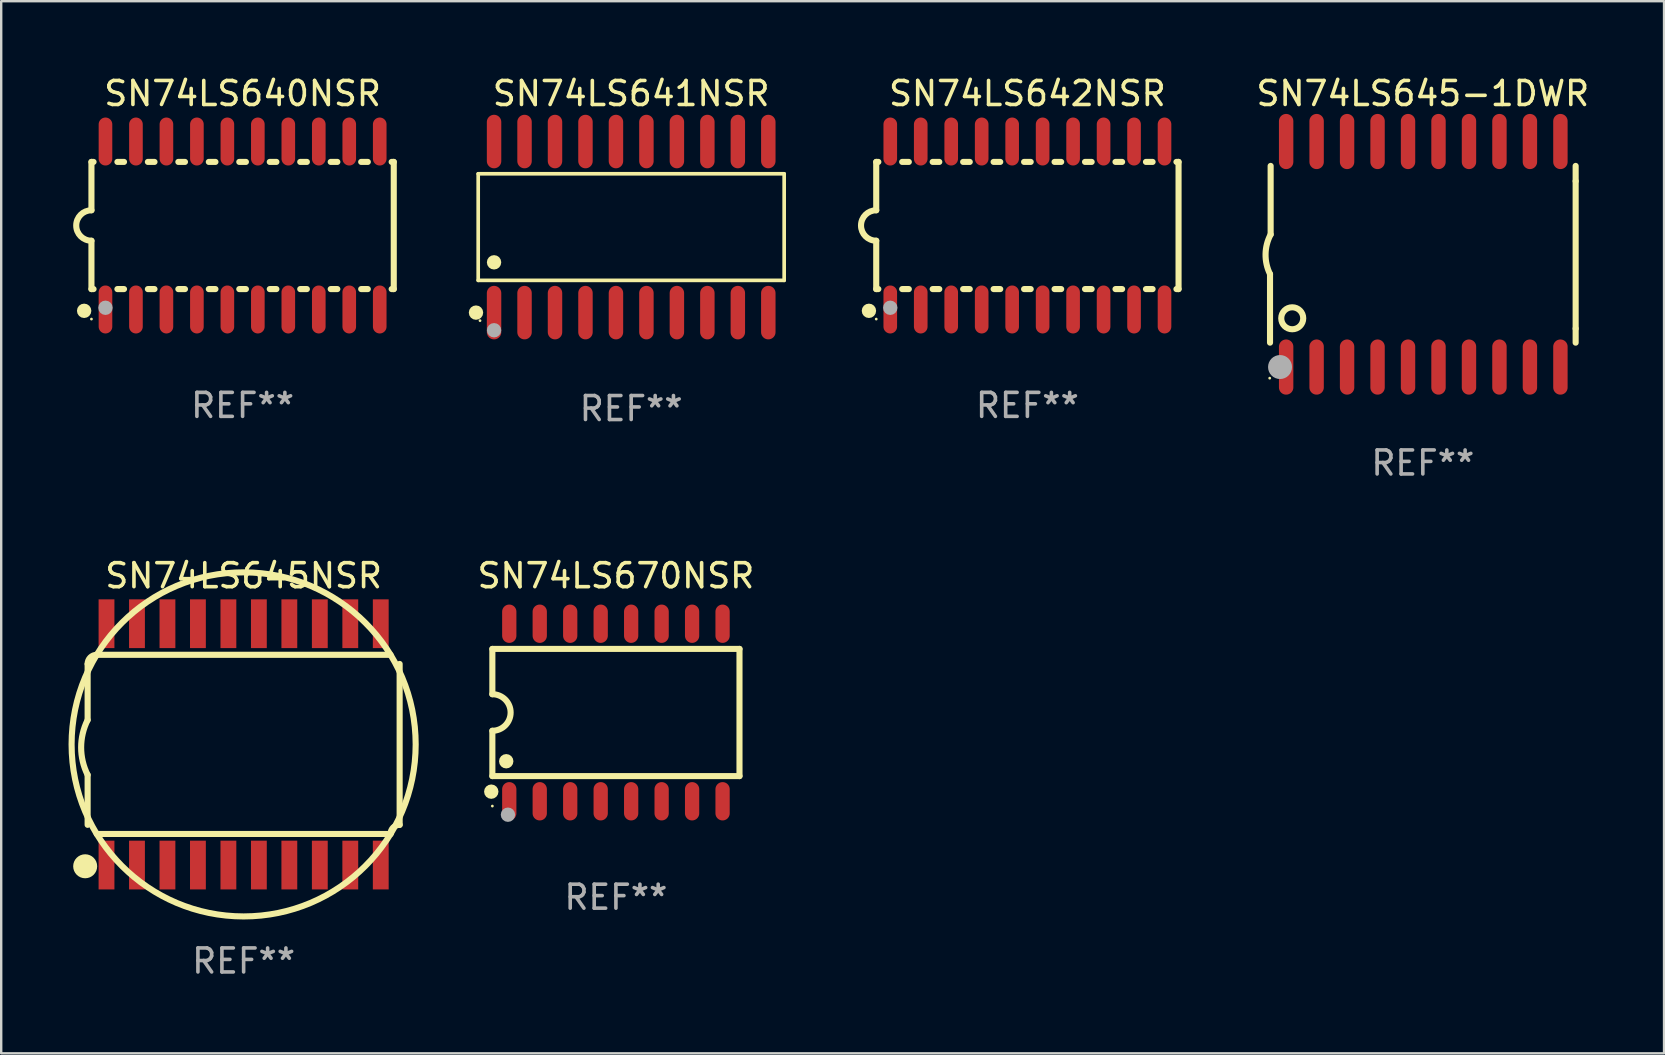
<source format=kicad_pcb>
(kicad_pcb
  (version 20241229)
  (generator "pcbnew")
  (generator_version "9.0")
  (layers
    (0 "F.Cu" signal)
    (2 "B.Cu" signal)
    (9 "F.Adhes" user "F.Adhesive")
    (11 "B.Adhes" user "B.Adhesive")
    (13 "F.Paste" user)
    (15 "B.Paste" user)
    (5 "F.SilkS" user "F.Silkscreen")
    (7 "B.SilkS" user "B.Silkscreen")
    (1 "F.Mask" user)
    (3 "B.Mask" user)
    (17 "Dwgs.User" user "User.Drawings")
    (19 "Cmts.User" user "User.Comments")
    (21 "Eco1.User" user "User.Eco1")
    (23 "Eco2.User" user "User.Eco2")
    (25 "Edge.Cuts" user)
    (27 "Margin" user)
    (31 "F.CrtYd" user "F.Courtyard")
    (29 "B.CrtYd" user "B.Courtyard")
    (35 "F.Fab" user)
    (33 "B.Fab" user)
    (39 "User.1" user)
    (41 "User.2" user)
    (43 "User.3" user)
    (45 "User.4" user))
  (footprint "SN74LS640NSR"
    (layer "F.Cu")
    (at 7.061 6.348)
    (property "Reference" "SN74LS640NSR" (at 0 -5.5 0) (layer "F.SilkS") (effects (font (size 1 1) (thickness 0.15))))
    (attr through_hole)
    (fp_line (start -6.3 -2.65) (end -6.3 -0.635) (stroke (width 0.254) (type solid)) (layer "F.SilkS"))
    (fp_line (start -6.3 -2.65) (end -6.212 -2.65) (stroke (width 0.254) (type solid)) (layer "F.SilkS"))
    (fp_line (start -6.3 2.65) (end -6.3 0.635) (stroke (width 0.254) (type solid)) (layer "F.SilkS"))
    (fp_line (start -6.3 2.65) (end -6.212 2.65) (stroke (width 0.254) (type solid)) (layer "F.SilkS"))
    (fp_line (start -5.218 -2.65) (end -4.942 -2.65) (stroke (width 0.254) (type solid)) (layer "F.SilkS"))
    (fp_line (start -5.218 2.65) (end -4.942 2.65) (stroke (width 0.254) (type solid)) (layer "F.SilkS"))
    (fp_line (start -3.948 -2.65) (end -3.672 -2.65) (stroke (width 0.254) (type solid)) (layer "F.SilkS"))
    (fp_line (start -3.948 2.65) (end -3.672 2.65) (stroke (width 0.254) (type solid)) (layer "F.SilkS"))
    (fp_line (start -2.678 -2.65) (end -2.402 -2.65) (stroke (width 0.254) (type solid)) (layer "F.SilkS"))
    (fp_line (start -2.678 2.65) (end -2.402 2.65) (stroke (width 0.254) (type solid)) (layer "F.SilkS"))
    (fp_line (start -1.408 -2.65) (end -1.132 -2.65) (stroke (width 0.254) (type solid)) (layer "F.SilkS"))
    (fp_line (start -1.408 2.65) (end -1.132 2.65) (stroke (width 0.254) (type solid)) (layer "F.SilkS"))
    (fp_line (start -0.138 -2.65) (end 0.138 -2.65) (stroke (width 0.254) (type solid)) (layer "F.SilkS"))
    (fp_line (start -0.138 2.65) (end 0.138 2.65) (stroke (width 0.254) (type solid)) (layer "F.SilkS"))
    (fp_line (start 1.132 -2.65) (end 1.408 -2.65) (stroke (width 0.254) (type solid)) (layer "F.SilkS"))
    (fp_line (start 1.132 2.65) (end 1.408 2.65) (stroke (width 0.254) (type solid)) (layer "F.SilkS"))
    (fp_line (start 2.402 -2.65) (end 2.678 -2.65) (stroke (width 0.254) (type solid)) (layer "F.SilkS"))
    (fp_line (start 2.402 2.65) (end 2.678 2.65) (stroke (width 0.254) (type solid)) (layer "F.SilkS"))
    (fp_line (start 3.672 -2.65) (end 3.948 -2.65) (stroke (width 0.254) (type solid)) (layer "F.SilkS"))
    (fp_line (start 3.672 2.65) (end 3.948 2.65) (stroke (width 0.254) (type solid)) (layer "F.SilkS"))
    (fp_line (start 4.942 -2.65) (end 5.218 -2.65) (stroke (width 0.254) (type solid)) (layer "F.SilkS"))
    (fp_line (start 4.942 2.65) (end 5.218 2.65) (stroke (width 0.254) (type solid)) (layer "F.SilkS"))
    (fp_line (start 6.212 -2.65) (end 6.3 -2.65) (stroke (width 0.254) (type solid)) (layer "F.SilkS"))
    (fp_line (start 6.212 2.65) (end 6.3 2.65) (stroke (width 0.254) (type solid)) (layer "F.SilkS"))
    (fp_line (start 6.3 -2.65) (end 6.3 2.65) (stroke (width 0.254) (type solid)) (layer "F.SilkS"))
    (fp_arc (start -6.299975 0.634874) (mid -6.933579 0.000127) (end -6.299213 -0.633858) (stroke (width 0.254001) (type solid)) (layer "F.SilkS"))
    (fp_circle (center -6.604 3.556) (end -6.454 3.556) (stroke (width 0.3) (type solid)) (fill no) (layer "F.SilkS"))
    (fp_circle (center -6.3 3.9) (end -6.27 3.9) (stroke (width 0.06) (type solid)) (fill no) (layer "F.SilkS"))
    (fp_circle (center -5.715 3.429) (end -5.565 3.429) (stroke (width 0.3) (type solid)) (fill no) (layer "F.Fab"))
    (fp_text user "REF**" (at 0 7.5 0) (layer "F.Fab") (effects (font (size 1 1) (thickness 0.15))))
    (pad "1" smd oval (at -5.715 3.5) (size 0.568 2) (layers "F.Cu" "F.Mask" "F.Paste"))
    (pad "2" smd oval (at -4.445 3.5) (size 0.568 2) (layers "F.Cu" "F.Mask" "F.Paste"))
    (pad "3" smd oval (at -3.175 3.5) (size 0.568 2) (layers "F.Cu" "F.Mask" "F.Paste"))
    (pad "4" smd oval (at -1.905 3.5) (size 0.568 2) (layers "F.Cu" "F.Mask" "F.Paste"))
    (pad "5" smd oval (at -0.635 3.5) (size 0.568 2) (layers "F.Cu" "F.Mask" "F.Paste"))
    (pad "6" smd oval (at 0.635 3.5) (size 0.568 2) (layers "F.Cu" "F.Mask" "F.Paste"))
    (pad "7" smd oval (at 1.905 3.5) (size 0.568 2) (layers "F.Cu" "F.Mask" "F.Paste"))
    (pad "8" smd oval (at 3.175 3.5) (size 0.568 2) (layers "F.Cu" "F.Mask" "F.Paste"))
    (pad "9" smd oval (at 4.445 3.5) (size 0.568 2) (layers "F.Cu" "F.Mask" "F.Paste"))
    (pad "10" smd oval (at 5.715 3.5) (size 0.568 2) (layers "F.Cu" "F.Mask" "F.Paste"))
    (pad "11" smd oval (at 5.715 -3.5) (size 0.568 2) (layers "F.Cu" "F.Mask" "F.Paste"))
    (pad "12" smd oval (at 4.445 -3.5) (size 0.568 2) (layers "F.Cu" "F.Mask" "F.Paste"))
    (pad "13" smd oval (at 3.175 -3.5) (size 0.568 2) (layers "F.Cu" "F.Mask" "F.Paste"))
    (pad "14" smd oval (at 1.905 -3.5) (size 0.568 2) (layers "F.Cu" "F.Mask" "F.Paste"))
    (pad "15" smd oval (at 0.635 -3.5) (size 0.568 2) (layers "F.Cu" "F.Mask" "F.Paste"))
    (pad "16" smd oval (at -0.635 -3.5) (size 0.568 2) (layers "F.Cu" "F.Mask" "F.Paste"))
    (pad "17" smd oval (at -1.905 -3.5) (size 0.568 2) (layers "F.Cu" "F.Mask" "F.Paste"))
    (pad "18" smd oval (at -3.175 -3.5) (size 0.568 2) (layers "F.Cu" "F.Mask" "F.Paste"))
    (pad "19" smd oval (at -4.445 -3.5) (size 0.568 2) (layers "F.Cu" "F.Mask" "F.Paste"))
    (pad "20" smd oval (at -5.715 -3.5) (size 0.568 2) (layers "F.Cu" "F.Mask" "F.Paste")))
  (footprint "SN74LS642NSR"
    (layer "F.Cu")
    (at 39.769 6.348)
    (property "Reference" "SN74LS642NSR" (at 0 -5.5 0) (layer "F.SilkS") (effects (font (size 1 1) (thickness 0.15))))
    (attr through_hole)
    (fp_line (start -6.3 -2.65) (end -6.3 -0.635) (stroke (width 0.254) (type solid)) (layer "F.SilkS"))
    (fp_line (start -6.3 -2.65) (end -6.212 -2.65) (stroke (width 0.254) (type solid)) (layer "F.SilkS"))
    (fp_line (start -6.3 2.65) (end -6.3 0.635) (stroke (width 0.254) (type solid)) (layer "F.SilkS"))
    (fp_line (start -6.3 2.65) (end -6.212 2.65) (stroke (width 0.254) (type solid)) (layer "F.SilkS"))
    (fp_line (start -5.218 -2.65) (end -4.942 -2.65) (stroke (width 0.254) (type solid)) (layer "F.SilkS"))
    (fp_line (start -5.218 2.65) (end -4.942 2.65) (stroke (width 0.254) (type solid)) (layer "F.SilkS"))
    (fp_line (start -3.948 -2.65) (end -3.672 -2.65) (stroke (width 0.254) (type solid)) (layer "F.SilkS"))
    (fp_line (start -3.948 2.65) (end -3.672 2.65) (stroke (width 0.254) (type solid)) (layer "F.SilkS"))
    (fp_line (start -2.678 -2.65) (end -2.402 -2.65) (stroke (width 0.254) (type solid)) (layer "F.SilkS"))
    (fp_line (start -2.678 2.65) (end -2.402 2.65) (stroke (width 0.254) (type solid)) (layer "F.SilkS"))
    (fp_line (start -1.408 -2.65) (end -1.132 -2.65) (stroke (width 0.254) (type solid)) (layer "F.SilkS"))
    (fp_line (start -1.408 2.65) (end -1.132 2.65) (stroke (width 0.254) (type solid)) (layer "F.SilkS"))
    (fp_line (start -0.138 -2.65) (end 0.138 -2.65) (stroke (width 0.254) (type solid)) (layer "F.SilkS"))
    (fp_line (start -0.138 2.65) (end 0.138 2.65) (stroke (width 0.254) (type solid)) (layer "F.SilkS"))
    (fp_line (start 1.132 -2.65) (end 1.408 -2.65) (stroke (width 0.254) (type solid)) (layer "F.SilkS"))
    (fp_line (start 1.132 2.65) (end 1.408 2.65) (stroke (width 0.254) (type solid)) (layer "F.SilkS"))
    (fp_line (start 2.402 -2.65) (end 2.678 -2.65) (stroke (width 0.254) (type solid)) (layer "F.SilkS"))
    (fp_line (start 2.402 2.65) (end 2.678 2.65) (stroke (width 0.254) (type solid)) (layer "F.SilkS"))
    (fp_line (start 3.672 -2.65) (end 3.948 -2.65) (stroke (width 0.254) (type solid)) (layer "F.SilkS"))
    (fp_line (start 3.672 2.65) (end 3.948 2.65) (stroke (width 0.254) (type solid)) (layer "F.SilkS"))
    (fp_line (start 4.942 -2.65) (end 5.218 -2.65) (stroke (width 0.254) (type solid)) (layer "F.SilkS"))
    (fp_line (start 4.942 2.65) (end 5.218 2.65) (stroke (width 0.254) (type solid)) (layer "F.SilkS"))
    (fp_line (start 6.212 -2.65) (end 6.3 -2.65) (stroke (width 0.254) (type solid)) (layer "F.SilkS"))
    (fp_line (start 6.212 2.65) (end 6.3 2.65) (stroke (width 0.254) (type solid)) (layer "F.SilkS"))
    (fp_line (start 6.3 -2.65) (end 6.3 2.65) (stroke (width 0.254) (type solid)) (layer "F.SilkS"))
    (fp_arc (start -6.299975 0.634874) (mid -6.933579 0.000127) (end -6.299213 -0.633858) (stroke (width 0.254001) (type solid)) (layer "F.SilkS"))
    (fp_circle (center -6.604 3.556) (end -6.454 3.556) (stroke (width 0.3) (type solid)) (fill no) (layer "F.SilkS"))
    (fp_circle (center -6.3 3.9) (end -6.27 3.9) (stroke (width 0.06) (type solid)) (fill no) (layer "F.SilkS"))
    (fp_circle (center -5.715 3.429) (end -5.565 3.429) (stroke (width 0.3) (type solid)) (fill no) (layer "F.Fab"))
    (fp_text user "REF**" (at 0 7.5 0) (layer "F.Fab") (effects (font (size 1 1) (thickness 0.15))))
    (pad "1" smd oval (at -5.715 3.5) (size 0.568 2) (layers "F.Cu" "F.Mask" "F.Paste"))
    (pad "2" smd oval (at -4.445 3.5) (size 0.568 2) (layers "F.Cu" "F.Mask" "F.Paste"))
    (pad "3" smd oval (at -3.175 3.5) (size 0.568 2) (layers "F.Cu" "F.Mask" "F.Paste"))
    (pad "4" smd oval (at -1.905 3.5) (size 0.568 2) (layers "F.Cu" "F.Mask" "F.Paste"))
    (pad "5" smd oval (at -0.635 3.5) (size 0.568 2) (layers "F.Cu" "F.Mask" "F.Paste"))
    (pad "6" smd oval (at 0.635 3.5) (size 0.568 2) (layers "F.Cu" "F.Mask" "F.Paste"))
    (pad "7" smd oval (at 1.905 3.5) (size 0.568 2) (layers "F.Cu" "F.Mask" "F.Paste"))
    (pad "8" smd oval (at 3.175 3.5) (size 0.568 2) (layers "F.Cu" "F.Mask" "F.Paste"))
    (pad "9" smd oval (at 4.445 3.5) (size 0.568 2) (layers "F.Cu" "F.Mask" "F.Paste"))
    (pad "10" smd oval (at 5.715 3.5) (size 0.568 2) (layers "F.Cu" "F.Mask" "F.Paste"))
    (pad "11" smd oval (at 5.715 -3.5) (size 0.568 2) (layers "F.Cu" "F.Mask" "F.Paste"))
    (pad "12" smd oval (at 4.445 -3.5) (size 0.568 2) (layers "F.Cu" "F.Mask" "F.Paste"))
    (pad "13" smd oval (at 3.175 -3.5) (size 0.568 2) (layers "F.Cu" "F.Mask" "F.Paste"))
    (pad "14" smd oval (at 1.905 -3.5) (size 0.568 2) (layers "F.Cu" "F.Mask" "F.Paste"))
    (pad "15" smd oval (at 0.635 -3.5) (size 0.568 2) (layers "F.Cu" "F.Mask" "F.Paste"))
    (pad "16" smd oval (at -0.635 -3.5) (size 0.568 2) (layers "F.Cu" "F.Mask" "F.Paste"))
    (pad "17" smd oval (at -1.905 -3.5) (size 0.568 2) (layers "F.Cu" "F.Mask" "F.Paste"))
    (pad "18" smd oval (at -3.175 -3.5) (size 0.568 2) (layers "F.Cu" "F.Mask" "F.Paste"))
    (pad "19" smd oval (at -4.445 -3.5) (size 0.568 2) (layers "F.Cu" "F.Mask" "F.Paste"))
    (pad "20" smd oval (at -5.715 -3.5) (size 0.568 2) (layers "F.Cu" "F.Mask" "F.Paste")))
  (footprint "SN74LS670NSR"
    (layer "F.Cu")
    (at 22.62 26.645)
    (property "Reference" "SN74LS670NSR" (at 0 -5.7 0) (layer "F.SilkS") (effects (font (size 1 1) (thickness 0.15))))
    (attr through_hole)
    (fp_line (start -5.15 -2.65) (end -5.15 -0.762) (stroke (width 0.254) (type solid)) (layer "F.SilkS"))
    (fp_line (start -5.15 -2.65) (end 5.15 -2.65) (stroke (width 0.254) (type solid)) (layer "F.SilkS"))
    (fp_line (start -5.15 2.65) (end -5.15 0.762) (stroke (width 0.254) (type solid)) (layer "F.SilkS"))
    (fp_line (start 5.15 -2.65) (end 5.15 2.65) (stroke (width 0.254) (type solid)) (layer "F.SilkS"))
    (fp_line (start 5.15 2.65) (end -5.15 2.65) (stroke (width 0.254) (type solid)) (layer "F.SilkS"))
    (fp_arc (start -5.151131 -0.762003) (mid -4.389128 -0.000559) (end -5.150013 0.762002) (stroke (width 0.254001) (type solid)) (layer "F.SilkS"))
    (fp_circle (center -5.195 3.299) (end -5.045 3.299) (stroke (width 0.3) (type solid)) (fill no) (layer "F.SilkS"))
    (fp_circle (center -5.15 3.9) (end -5.12 3.9) (stroke (width 0.06) (type solid)) (fill no) (layer "F.SilkS"))
    (fp_circle (center -4.572 2.032) (end -4.422 2.032) (stroke (width 0.3) (type solid)) (fill no) (layer "F.SilkS"))
    (fp_circle (center -4.5 4.26) (end -4.35 4.26) (stroke (width 0.3) (type solid)) (fill no) (layer "F.Fab"))
    (fp_text user "REF**" (at 0 7.7 0) (layer "F.Fab") (effects (font (size 1 1) (thickness 0.15))))
    (pad "1" smd oval (at -4.445 3.7) (size 0.595 1.598) (layers "F.Cu" "F.Mask" "F.Paste"))
    (pad "2" smd oval (at -3.175 3.7) (size 0.595 1.598) (layers "F.Cu" "F.Mask" "F.Paste"))
    (pad "3" smd oval (at -1.905 3.7) (size 0.595 1.598) (layers "F.Cu" "F.Mask" "F.Paste"))
    (pad "4" smd oval (at -0.635 3.7) (size 0.595 1.598) (layers "F.Cu" "F.Mask" "F.Paste"))
    (pad "5" smd oval (at 0.635 3.7) (size 0.595 1.598) (layers "F.Cu" "F.Mask" "F.Paste"))
    (pad "6" smd oval (at 1.905 3.7) (size 0.595 1.598) (layers "F.Cu" "F.Mask" "F.Paste"))
    (pad "7" smd oval (at 3.175 3.7) (size 0.595 1.598) (layers "F.Cu" "F.Mask" "F.Paste"))
    (pad "8" smd oval (at 4.445 3.7) (size 0.595 1.598) (layers "F.Cu" "F.Mask" "F.Paste"))
    (pad "9" smd oval (at 4.445 -3.7) (size 0.595 1.598) (layers "F.Cu" "F.Mask" "F.Paste"))
    (pad "10" smd oval (at 3.175 -3.7) (size 0.595 1.598) (layers "F.Cu" "F.Mask" "F.Paste"))
    (pad "11" smd oval (at 1.905 -3.7) (size 0.595 1.598) (layers "F.Cu" "F.Mask" "F.Paste"))
    (pad "12" smd oval (at 0.635 -3.7) (size 0.595 1.598) (layers "F.Cu" "F.Mask" "F.Paste"))
    (pad "13" smd oval (at -0.635 -3.7) (size 0.595 1.598) (layers "F.Cu" "F.Mask" "F.Paste"))
    (pad "14" smd oval (at -1.905 -3.7) (size 0.595 1.598) (layers "F.Cu" "F.Mask" "F.Paste"))
    (pad "15" smd oval (at -3.175 -3.7) (size 0.595 1.598) (layers "F.Cu" "F.Mask" "F.Paste"))
    (pad "16" smd oval (at -4.445 -3.7) (size 0.595 1.598) (layers "F.Cu" "F.Mask" "F.Paste")))
  (footprint "SN74LS645NSR"
    (layer "F.Cu")
    (at 7.104 27.974)
    (property "Reference" "SN74LS645NSR" (at 0 -7.029 0) (layer "F.SilkS") (effects (font (size 1 1) (thickness 0.15))))
    (attr through_hole)
    (fp_line (start -6.502 -3.353) (end -6.502 -1.016) (stroke (width 0.254) (type solid)) (layer "F.SilkS"))
    (fp_line (start -6.502 3.353) (end -6.502 1.27) (stroke (width 0.254) (type solid)) (layer "F.SilkS"))
    (fp_line (start -6.121 3.734) (end 6.121 3.734) (stroke (width 0.254) (type solid)) (layer "F.SilkS"))
    (fp_line (start 6.121 -3.734) (end -6.121 -3.734) (stroke (width 0.254) (type solid)) (layer "F.SilkS"))
    (fp_line (start 6.502 3.353) (end 6.502 -3.353) (stroke (width 0.254) (type solid)) (layer "F.SilkS"))
    (fp_arc (start -6.502413 -3.352781) (mid -6.390821 -3.622189) (end -6.121413 -3.733782) (stroke (width 0.254001) (type solid)) (layer "F.SilkS"))
    (fp_arc (start -6.502413 1.270003) (mid -6.77224 0.127) (end -6.502413 -1.016002) (stroke (width 0.254001) (type solid)) (layer "F.SilkS"))
    (fp_arc (start 6.121387 -3.733782) (mid -6.121409 3.733804) (end 6.121387 -3.733782) (stroke (width 0.254001) (type solid)) (layer "F.SilkS"))
    (fp_arc (start 6.121387 3.733807) (mid 6.23298 3.464399) (end 6.502388 3.352807) (stroke (width 0.254001) (type solid)) (layer "F.SilkS"))
    (fp_circle (center -6.604 5.08) (end -6.354 5.08) (stroke (width 0.5) (type solid)) (fill no) (layer "F.SilkS"))
    (fp_circle (center -6.4 5.15) (end -6.3 5.15) (stroke (width 0.2) (type solid)) (fill no) (layer "F.SilkS"))
    (fp_text user "REF**" (at 0 9.029 0) (layer "F.Fab") (effects (font (size 1 1) (thickness 0.15))))
    (pad "1" smd rect (at -5.715 5.029) (size 0.66 2.032) (layers "F.Cu" "F.Mask" "F.Paste"))
    (pad "2" smd rect (at -4.445 5.029) (size 0.66 2.032) (layers "F.Cu" "F.Mask" "F.Paste"))
    (pad "3" smd rect (at -3.175 5.029) (size 0.66 2.032) (layers "F.Cu" "F.Mask" "F.Paste"))
    (pad "4" smd rect (at -1.905 5.029) (size 0.66 2.032) (layers "F.Cu" "F.Mask" "F.Paste"))
    (pad "5" smd rect (at -0.635 5.029) (size 0.66 2.032) (layers "F.Cu" "F.Mask" "F.Paste"))
    (pad "6" smd rect (at 0.635 5.029) (size 0.66 2.032) (layers "F.Cu" "F.Mask" "F.Paste"))
    (pad "7" smd rect (at 1.905 5.029) (size 0.66 2.032) (layers "F.Cu" "F.Mask" "F.Paste"))
    (pad "8" smd rect (at 3.175 5.029) (size 0.66 2.032) (layers "F.Cu" "F.Mask" "F.Paste"))
    (pad "9" smd rect (at 4.445 5.029) (size 0.66 2.032) (layers "F.Cu" "F.Mask" "F.Paste"))
    (pad "10" smd rect (at 5.715 5.029) (size 0.66 2.032) (layers "F.Cu" "F.Mask" "F.Paste"))
    (pad "11" smd rect (at 5.715 -5.029) (size 0.66 2.032) (layers "F.Cu" "F.Mask" "F.Paste"))
    (pad "12" smd rect (at 4.445 -5.029) (size 0.66 2.032) (layers "F.Cu" "F.Mask" "F.Paste"))
    (pad "13" smd rect (at 3.175 -5.029) (size 0.66 2.032) (layers "F.Cu" "F.Mask" "F.Paste"))
    (pad "14" smd rect (at 1.905 -5.029) (size 0.66 2.032) (layers "F.Cu" "F.Mask" "F.Paste"))
    (pad "15" smd rect (at 0.635 -5.029) (size 0.66 2.032) (layers "F.Cu" "F.Mask" "F.Paste"))
    (pad "16" smd rect (at -0.635 -5.029) (size 0.66 2.032) (layers "F.Cu" "F.Mask" "F.Paste"))
    (pad "17" smd rect (at -1.905 -5.029) (size 0.66 2.032) (layers "F.Cu" "F.Mask" "F.Paste"))
    (pad "18" smd rect (at -3.175 -5.029) (size 0.66 2.032) (layers "F.Cu" "F.Mask" "F.Paste"))
    (pad "19" smd rect (at -4.445 -5.029) (size 0.66 2.032) (layers "F.Cu" "F.Mask" "F.Paste"))
    (pad "20" smd rect (at -5.715 -5.029) (size 0.66 2.032) (layers "F.Cu" "F.Mask" "F.Paste")))
  (footprint "SN74LS645-1DWR"
    (layer "F.Cu")
    (at 56.25 7.548)
    (property "Reference" "SN74LS645-1DWR" (at 0 -6.7 0) (layer "F.SilkS") (effects (font (size 1 1) (thickness 0.15))))
    (attr through_hole)
    (fp_line (start -6.369 0.826) (end -6.369 3.683) (stroke (width 0.254) (type solid)) (layer "F.SilkS"))
    (fp_line (start -6.343 -0.825) (end -6.343 -3.683) (stroke (width 0.254) (type solid)) (layer "F.SilkS"))
    (fp_line (start 6.369 -3.048) (end 6.369 -3.683) (stroke (width 0.254) (type solid)) (layer "F.SilkS"))
    (fp_line (start 6.369 -3.048) (end 6.369 3.096) (stroke (width 0.254) (type solid)) (layer "F.SilkS"))
    (fp_line (start 6.369 3.096) (end 6.369 3.683) (stroke (width 0.254) (type solid)) (layer "F.SilkS"))
    (fp_arc (start -6.36853 0.825552) (mid -6.554743 -0.00301) (end -6.343129 -0.825451) (stroke (width 0.254001) (type solid)) (layer "F.SilkS"))
    (fp_circle (center -6.382 5.163) (end -6.352 5.163) (stroke (width 0.06) (type solid)) (fill no) (layer "F.SilkS"))
    (fp_circle (center -5.443 2.667) (end -4.985 2.667) (stroke (width 0.254) (type solid)) (fill no) (layer "F.SilkS"))
    (fp_circle (center -5.951 4.699) (end -5.701 4.699) (stroke (width 0.5) (type solid)) (fill no) (layer "F.Fab"))
    (fp_text user "REF**" (at 0 8.7 0) (layer "F.Fab") (effects (font (size 1 1) (thickness 0.15))))
    (pad "1" smd oval (at -5.697 4.7 180) (size 0.6 2.3) (layers "F.Cu" "F.Mask" "F.Paste"))
    (pad "2" smd oval (at -4.427 4.7 180) (size 0.6 2.3) (layers "F.Cu" "F.Mask" "F.Paste"))
    (pad "3" smd oval (at -3.157 4.7 180) (size 0.6 2.3) (layers "F.Cu" "F.Mask" "F.Paste"))
    (pad "4" smd oval (at -1.887 4.7 180) (size 0.6 2.3) (layers "F.Cu" "F.Mask" "F.Paste"))
    (pad "5" smd oval (at -0.617 4.7 180) (size 0.6 2.3) (layers "F.Cu" "F.Mask" "F.Paste"))
    (pad "6" smd oval (at 0.653 4.7 180) (size 0.6 2.3) (layers "F.Cu" "F.Mask" "F.Paste"))
    (pad "7" smd oval (at 1.923 4.7 180) (size 0.6 2.3) (layers "F.Cu" "F.Mask" "F.Paste"))
    (pad "8" smd oval (at 3.193 4.7 180) (size 0.6 2.3) (layers "F.Cu" "F.Mask" "F.Paste"))
    (pad "9" smd oval (at 4.463 4.7 180) (size 0.6 2.3) (layers "F.Cu" "F.Mask" "F.Paste"))
    (pad "10" smd oval (at 5.734 4.7 180) (size 0.6 2.3) (layers "F.Cu" "F.Mask" "F.Paste"))
    (pad "11" smd oval (at 5.734 -4.7 180) (size 0.6 2.3) (layers "F.Cu" "F.Mask" "F.Paste"))
    (pad "12" smd oval (at 4.463 -4.7 180) (size 0.6 2.3) (layers "F.Cu" "F.Mask" "F.Paste"))
    (pad "13" smd oval (at 3.193 -4.7 180) (size 0.6 2.3) (layers "F.Cu" "F.Mask" "F.Paste"))
    (pad "14" smd oval (at 1.923 -4.7 180) (size 0.6 2.3) (layers "F.Cu" "F.Mask" "F.Paste"))
    (pad "15" smd oval (at 0.653 -4.7 180) (size 0.6 2.3) (layers "F.Cu" "F.Mask" "F.Paste"))
    (pad "16" smd oval (at -0.617 -4.7 180) (size 0.6 2.3) (layers "F.Cu" "F.Mask" "F.Paste"))
    (pad "17" smd oval (at -1.887 -4.7 180) (size 0.6 2.3) (layers "F.Cu" "F.Mask" "F.Paste"))
    (pad "18" smd oval (at -3.157 -4.7 180) (size 0.6 2.3) (layers "F.Cu" "F.Mask" "F.Paste"))
    (pad "19" smd oval (at -4.427 -4.7 180) (size 0.6 2.3) (layers "F.Cu" "F.Mask" "F.Paste"))
    (pad "20" smd oval (at -5.697 -4.7 180) (size 0.6 2.3) (layers "F.Cu" "F.Mask" "F.Paste")))
  (footprint "SN74LS641NSR"
    (layer "F.Cu")
    (at 23.256 6.414)
    (property "Reference" "SN74LS641NSR" (at 0 -5.565 0) (layer "F.SilkS") (effects (font (size 1 1) (thickness 0.15))))
    (attr through_hole)
    (fp_line (start -6.376 -2.221) (end 6.376 -2.221) (stroke (width 0.152) (type solid)) (layer "F.SilkS"))
    (fp_line (start -6.376 2.221) (end -6.376 -2.221) (stroke (width 0.152) (type solid)) (layer "F.SilkS"))
    (fp_line (start 6.376 -2.221) (end 6.376 2.221) (stroke (width 0.152) (type solid)) (layer "F.SilkS"))
    (fp_line (start 6.376 2.221) (end -6.376 2.221) (stroke (width 0.152) (type solid)) (layer "F.SilkS"))
    (fp_circle (center -6.468 3.565) (end -6.318 3.565) (stroke (width 0.3) (type solid)) (fill no) (layer "F.SilkS"))
    (fp_circle (center -6.3 3.9) (end -6.27 3.9) (stroke (width 0.06) (type solid)) (fill no) (layer "F.SilkS"))
    (fp_circle (center -5.715 1.469) (end -5.565 1.469) (stroke (width 0.3) (type solid)) (fill no) (layer "F.SilkS"))
    (fp_circle (center -5.715 4.3) (end -5.565 4.3) (stroke (width 0.3) (type solid)) (fill no) (layer "F.Fab"))
    (fp_text user "REF**" (at 0 7.565 0) (layer "F.Fab") (effects (font (size 1 1) (thickness 0.15))))
    (pad "1" smd oval (at -5.715 3.565) (size 0.602 2.231) (layers "F.Cu" "F.Mask" "F.Paste"))
    (pad "2" smd oval (at -4.445 3.565) (size 0.602 2.231) (layers "F.Cu" "F.Mask" "F.Paste"))
    (pad "3" smd oval (at -3.175 3.565) (size 0.602 2.231) (layers "F.Cu" "F.Mask" "F.Paste"))
    (pad "4" smd oval (at -1.905 3.565) (size 0.602 2.231) (layers "F.Cu" "F.Mask" "F.Paste"))
    (pad "5" smd oval (at -0.635 3.565) (size 0.602 2.231) (layers "F.Cu" "F.Mask" "F.Paste"))
    (pad "6" smd oval (at 0.635 3.565) (size 0.602 2.231) (layers "F.Cu" "F.Mask" "F.Paste"))
    (pad "7" smd oval (at 1.905 3.565) (size 0.602 2.231) (layers "F.Cu" "F.Mask" "F.Paste"))
    (pad "8" smd oval (at 3.175 3.565) (size 0.602 2.231) (layers "F.Cu" "F.Mask" "F.Paste"))
    (pad "9" smd oval (at 4.445 3.565) (size 0.602 2.231) (layers "F.Cu" "F.Mask" "F.Paste"))
    (pad "10" smd oval (at 5.715 3.565) (size 0.602 2.231) (layers "F.Cu" "F.Mask" "F.Paste"))
    (pad "11" smd oval (at 5.715 -3.565) (size 0.602 2.231) (layers "F.Cu" "F.Mask" "F.Paste"))
    (pad "12" smd oval (at 4.445 -3.565) (size 0.602 2.231) (layers "F.Cu" "F.Mask" "F.Paste"))
    (pad "13" smd oval (at 3.175 -3.565) (size 0.602 2.231) (layers "F.Cu" "F.Mask" "F.Paste"))
    (pad "14" smd oval (at 1.905 -3.565) (size 0.602 2.231) (layers "F.Cu" "F.Mask" "F.Paste"))
    (pad "15" smd oval (at 0.635 -3.565) (size 0.602 2.231) (layers "F.Cu" "F.Mask" "F.Paste"))
    (pad "16" smd oval (at -0.635 -3.565) (size 0.602 2.231) (layers "F.Cu" "F.Mask" "F.Paste"))
    (pad "17" smd oval (at -1.905 -3.565) (size 0.602 2.231) (layers "F.Cu" "F.Mask" "F.Paste"))
    (pad "18" smd oval (at -3.175 -3.565) (size 0.602 2.231) (layers "F.Cu" "F.Mask" "F.Paste"))
    (pad "19" smd oval (at -4.445 -3.565) (size 0.602 2.231) (layers "F.Cu" "F.Mask" "F.Paste"))
    (pad "20" smd oval (at -5.715 -3.565) (size 0.602 2.231) (layers "F.Cu" "F.Mask" "F.Paste")))
  (gr_rect
    (start -3 -3)
    (end 66.303 40.851)
    (stroke (width 0.1) (type default))
    (fill no)
    (layer "Edge.Cuts")))
</source>
